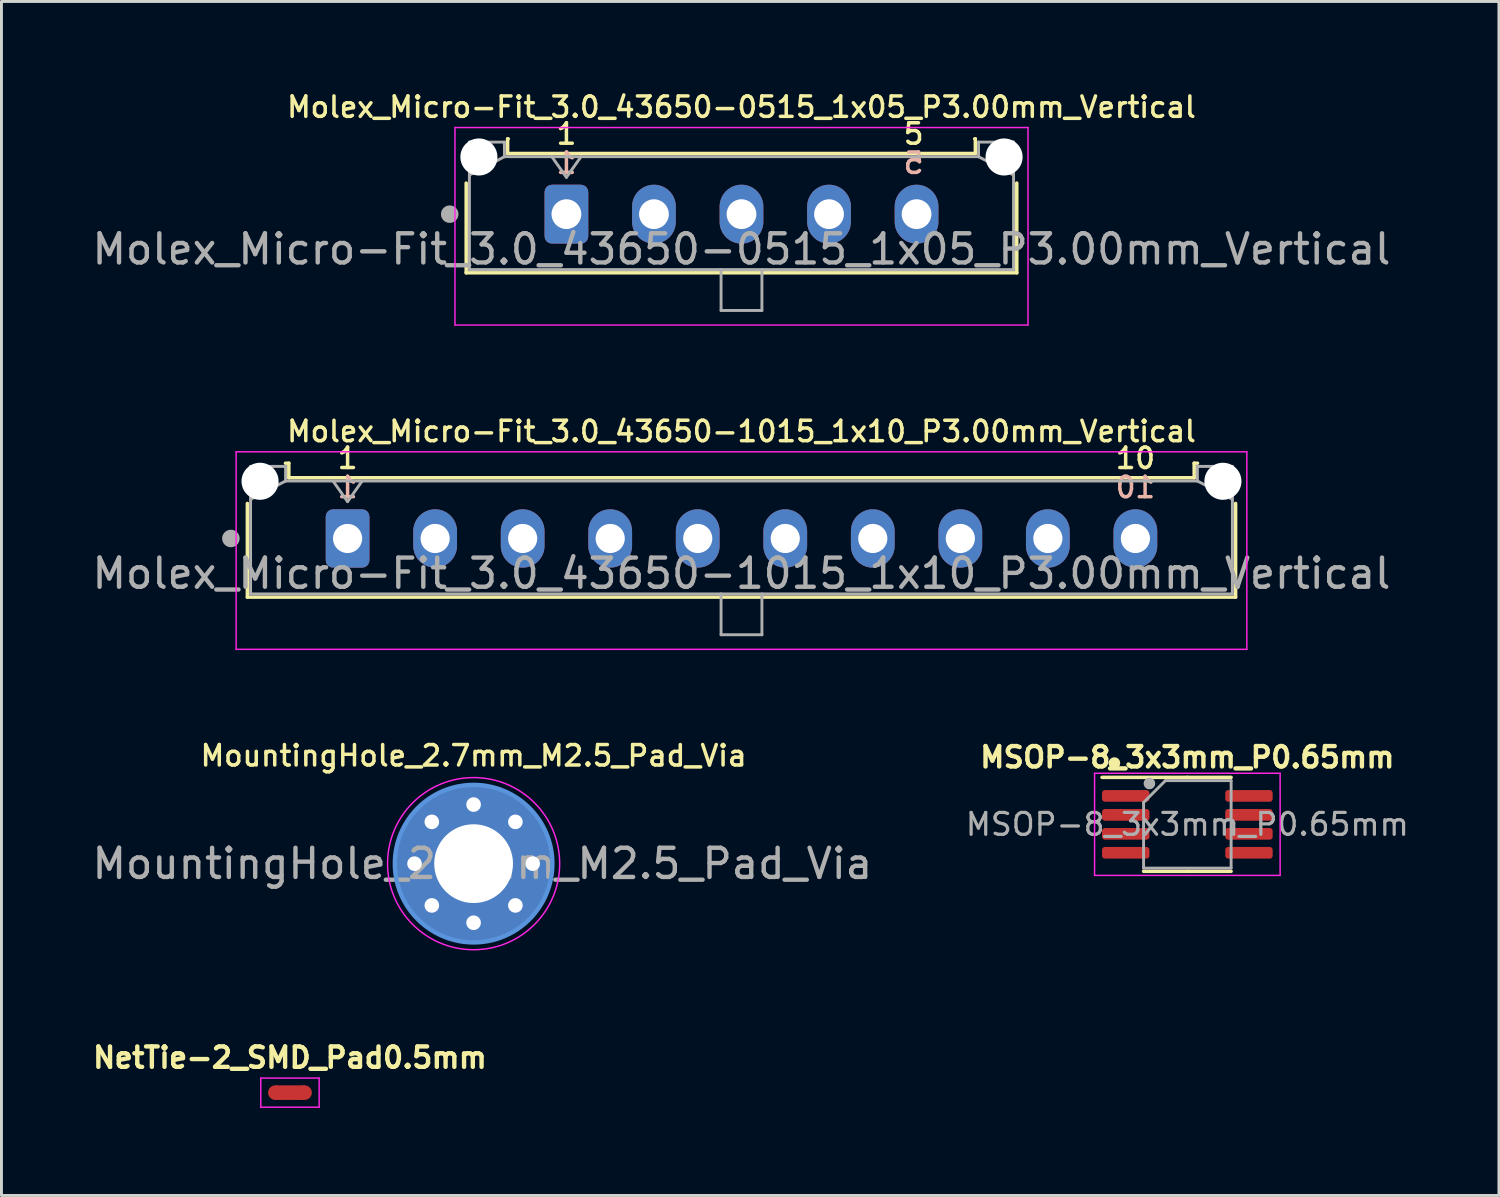
<source format=kicad_pcb>
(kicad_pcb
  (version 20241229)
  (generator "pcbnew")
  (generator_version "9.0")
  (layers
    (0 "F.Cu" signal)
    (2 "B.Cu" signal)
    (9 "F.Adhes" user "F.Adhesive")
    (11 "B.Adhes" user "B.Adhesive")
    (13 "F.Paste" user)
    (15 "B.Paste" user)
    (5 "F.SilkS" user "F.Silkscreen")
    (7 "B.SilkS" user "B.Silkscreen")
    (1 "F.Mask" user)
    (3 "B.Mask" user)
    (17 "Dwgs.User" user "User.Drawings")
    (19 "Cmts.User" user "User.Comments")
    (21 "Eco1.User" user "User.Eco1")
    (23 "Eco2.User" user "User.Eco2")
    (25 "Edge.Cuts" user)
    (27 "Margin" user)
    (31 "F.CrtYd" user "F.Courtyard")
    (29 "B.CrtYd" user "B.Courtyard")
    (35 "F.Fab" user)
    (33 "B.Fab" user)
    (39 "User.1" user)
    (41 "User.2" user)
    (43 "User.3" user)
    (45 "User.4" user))
  (footprint "MountingHole_2.7mm_M2.5_Pad_Via"
    (layer "F.Cu")
    (at 13.182 26.55)
    (property "Reference" "MountingHole_2.7mm_M2.5_Pad_Via" (at 0 -3.7 0) (layer "F.SilkS") (effects (font (size 0.7 0.7) (thickness 0.12))))
    (attr exclude_from_pos_files exclude_from_bom)
    (fp_circle (center 0 0) (end 2.7 0) (stroke (width 0.15) (type solid)) (fill no) (layer "Cmts.User"))
    (fp_circle (center 0 0) (end 2.95 0) (stroke (width 0.05) (type solid)) (fill no) (layer "F.CrtYd"))
    (fp_text user "${REFERENCE}" (at 0.3 0 0) (layer "F.Fab") (effects (font (size 1 1) (thickness 0.15))))
    (pad "1" thru_hole circle (at -2.025 0) (size 0.8 0.8) (drill 0.5) (layers "*.Cu" "*.Mask"))
    (pad "1" thru_hole circle (at -1.432 -1.432) (size 0.8 0.8) (drill 0.5) (layers "*.Cu" "*.Mask"))
    (pad "1" thru_hole circle (at -1.432 1.432) (size 0.8 0.8) (drill 0.5) (layers "*.Cu" "*.Mask"))
    (pad "1" thru_hole circle (at 0 -2.025) (size 0.8 0.8) (drill 0.5) (layers "*.Cu" "*.Mask"))
    (pad "1" thru_hole circle (at 0 0) (size 5.4 5.4) (drill 2.7) (layers "*.Cu" "*.Mask"))
    (pad "1" thru_hole circle (at 0 2.025) (size 0.8 0.8) (drill 0.5) (layers "*.Cu" "*.Mask"))
    (pad "1" thru_hole circle (at 1.432 -1.432) (size 0.8 0.8) (drill 0.5) (layers "*.Cu" "*.Mask"))
    (pad "1" thru_hole circle (at 1.432 1.432) (size 0.8 0.8) (drill 0.5) (layers "*.Cu" "*.Mask"))
    (pad "1" thru_hole circle (at 2.025 0) (size 0.8 0.8) (drill 0.5) (layers "*.Cu" "*.Mask")))
  (footprint "Molex_Micro-Fit_3.0_43650-1015_1x10_P3.00mm_Vertical"
    (layer "F.Cu")
    (at 8.863 15.405)
    (property "Reference" "Molex_Micro-Fit_3.0_43650-1015_1x10_P3.00mm_Vertical" (at 13.5 -3.67 0) (layer "F.SilkS") (effects (font (size 0.7 0.7) (thickness 0.12))))
    (attr through_hole)
    (fp_line (start -3.435 -1.2) (end -3.435 2.01) (stroke (width 0.12) (type solid)) (layer "F.SilkS"))
    (fp_line (start -3.435 2.01) (end 30.435 2.01) (stroke (width 0.12) (type solid)) (layer "F.SilkS"))
    (fp_line (start -2.13 -2.58) (end -2.015 -2.58) (stroke (width 0.12) (type solid)) (layer "F.SilkS"))
    (fp_line (start -2.015 -2.58) (end -2.015 -2.08) (stroke (width 0.12) (type solid)) (layer "F.SilkS"))
    (fp_line (start -2.015 -2.08) (end 29.015 -2.08) (stroke (width 0.12) (type solid)) (layer "F.SilkS"))
    (fp_line (start 29.015 -2.58) (end 29.13 -2.58) (stroke (width 0.12) (type solid)) (layer "F.SilkS"))
    (fp_line (start 29.015 -2.08) (end 29.015 -2.58) (stroke (width 0.12) (type solid)) (layer "F.SilkS"))
    (fp_line (start 30.435 2.01) (end 30.435 -1.2) (stroke (width 0.12) (type solid)) (layer "F.SilkS"))
    (fp_line (start -3.82 -2.97) (end 30.82 -2.97) (stroke (width 0.05) (type solid)) (layer "F.CrtYd"))
    (fp_line (start -3.82 3.8) (end -3.82 -2.97) (stroke (width 0.05) (type solid)) (layer "F.CrtYd"))
    (fp_line (start 30.82 -2.97) (end 30.82 3.8) (stroke (width 0.05) (type solid)) (layer "F.CrtYd"))
    (fp_line (start 30.82 3.8) (end -3.82 3.8) (stroke (width 0.05) (type solid)) (layer "F.CrtYd"))
    (fp_line (start -3.325 -2.47) (end -3.325 1.9) (stroke (width 0.1) (type solid)) (layer "F.Fab"))
    (fp_line (start -3.325 -1.34) (end -2.125 -1.97) (stroke (width 0.1) (type solid)) (layer "F.Fab"))
    (fp_line (start -3.325 1.9) (end 30.325 1.9) (stroke (width 0.1) (type solid)) (layer "F.Fab"))
    (fp_line (start -2.125 -2.47) (end -3.325 -2.47) (stroke (width 0.1) (type solid)) (layer "F.Fab"))
    (fp_line (start -2.125 -1.97) (end -2.125 -2.47) (stroke (width 0.1) (type solid)) (layer "F.Fab"))
    (fp_line (start -0.5 -1.97) (end 0 -1.263) (stroke (width 0.1) (type solid)) (layer "F.Fab"))
    (fp_line (start 0 -1.263) (end 0.5 -1.97) (stroke (width 0.1) (type solid)) (layer "F.Fab"))
    (fp_line (start 12.8 1.9) (end 12.8 3.3) (stroke (width 0.1) (type solid)) (layer "F.Fab"))
    (fp_line (start 12.8 3.3) (end 14.2 3.3) (stroke (width 0.1) (type solid)) (layer "F.Fab"))
    (fp_line (start 14.2 3.3) (end 14.2 1.9) (stroke (width 0.1) (type solid)) (layer "F.Fab"))
    (fp_line (start 29.125 -2.47) (end 29.125 -1.97) (stroke (width 0.1) (type solid)) (layer "F.Fab"))
    (fp_line (start 29.125 -1.97) (end -2.125 -1.97) (stroke (width 0.1) (type solid)) (layer "F.Fab"))
    (fp_line (start 30.325 -2.47) (end 29.125 -2.47) (stroke (width 0.1) (type solid)) (layer "F.Fab"))
    (fp_line (start 30.325 -1.34) (end 29.125 -1.97) (stroke (width 0.1) (type solid)) (layer "F.Fab"))
    (fp_line (start 30.325 1.9) (end 30.325 -2.47) (stroke (width 0.1) (type solid)) (layer "F.Fab"))
    (fp_circle (center -4 0) (end -3.85 0) (stroke (width 0.3) (type solid)) (fill no) (layer "F.Fab"))
    (fp_text user "10" (at 27 -2.75 0) (layer "F.SilkS") (effects (font (size 0.7 0.7) (thickness 0.12))))
    (fp_text user "1" (at 0 -2.75 0) (layer "F.SilkS") (effects (font (size 0.7 0.7) (thickness 0.12))))
    (fp_text user "1" (at 0 -1.75 0) (layer "B.SilkS") (effects (font (size 0.7 0.7) (thickness 0.12)) (justify mirror)))
    (fp_text user "10" (at 27 -1.75 0) (layer "B.SilkS") (effects (font (size 0.7 0.7) (thickness 0.12)) (justify mirror)))
    (fp_text user "${REFERENCE}" (at 13.5 1.2 0) (layer "F.Fab") (effects (font (size 1 1) (thickness 0.15))))
    (pad "" np_thru_hole circle (at -3 -1.96) (size 1.27 1.27) (drill 1.27) (layers "*.Cu" "*.Mask"))
    (pad "" np_thru_hole circle (at 30 -1.96) (size 1.27 1.27) (drill 1.27) (layers "*.Cu" "*.Mask"))
    (pad "1" thru_hole roundrect (at 0 0) (size 1.5 2) (drill 1) (layers "*.Cu" "*.Mask") (roundrect_rratio 0.167))
    (pad "2" thru_hole oval (at 3 0) (size 1.5 2) (drill 1) (layers "*.Cu" "*.Mask"))
    (pad "3" thru_hole oval (at 6 0) (size 1.5 2) (drill 1) (layers "*.Cu" "*.Mask"))
    (pad "4" thru_hole oval (at 9 0) (size 1.5 2) (drill 1) (layers "*.Cu" "*.Mask"))
    (pad "5" thru_hole oval (at 12 0) (size 1.5 2) (drill 1) (layers "*.Cu" "*.Mask"))
    (pad "6" thru_hole oval (at 15 0) (size 1.5 2) (drill 1) (layers "*.Cu" "*.Mask"))
    (pad "7" thru_hole oval (at 18 0) (size 1.5 2) (drill 1) (layers "*.Cu" "*.Mask"))
    (pad "8" thru_hole oval (at 21 0) (size 1.5 2) (drill 1) (layers "*.Cu" "*.Mask"))
    (pad "9" thru_hole oval (at 24 0) (size 1.5 2) (drill 1) (layers "*.Cu" "*.Mask"))
    (pad "10" thru_hole oval (at 27 0) (size 1.5 2) (drill 1) (layers "*.Cu" "*.Mask")))
  (footprint "NetTie-2_SMD_Pad0.5mm"
    (layer "F.Cu")
    (at 6.888 34.398)
    (property "Reference" "NetTie-2_SMD_Pad0.5mm" (at 0 -1.2 0) (layer "F.SilkS") (effects (font (size 0.7 0.7) (thickness 0.15))))
    (attr exclude_from_pos_files exclude_from_bom)
    (fp_poly (pts (xy -0.5 -0.25) (xy 0.5 -0.25) (xy 0.5 0.25) (xy -0.5 0.25)) (stroke (width 0) (type solid)) (fill yes) (layer "F.Cu"))
    (fp_line (start -1 -0.5) (end -1 0.5) (stroke (width 0.05) (type solid)) (layer "F.CrtYd"))
    (fp_line (start -1 0.5) (end 1 0.5) (stroke (width 0.05) (type solid)) (layer "F.CrtYd"))
    (fp_line (start 1 -0.5) (end -1 -0.5) (stroke (width 0.05) (type solid)) (layer "F.CrtYd"))
    (fp_line (start 1 0.5) (end 1 -0.5) (stroke (width 0.05) (type solid)) (layer "F.CrtYd"))
    (pad "1" smd circle (at -0.5 0) (size 0.5 0.5) (layers "F.Cu"))
    (pad "2" smd circle (at 0.5 0) (size 0.5 0.5) (layers "F.Cu")))
  (footprint "Molex_Micro-Fit_3.0_43650-0515_1x05_P3.00mm_Vertical"
    (layer "F.Cu")
    (at 16.363 4.29)
    (property "Reference" "Molex_Micro-Fit_3.0_43650-0515_1x05_P3.00mm_Vertical" (at 6 -3.67 0) (layer "F.SilkS") (effects (font (size 0.7 0.7) (thickness 0.12))))
    (attr through_hole)
    (fp_line (start -3.435 -1.065) (end -3.435 2.01) (stroke (width 0.12) (type solid)) (layer "F.SilkS"))
    (fp_line (start -3.435 2.01) (end 15.435 2.01) (stroke (width 0.12) (type solid)) (layer "F.SilkS"))
    (fp_line (start -2.015 -2.58) (end -2.015 -2.08) (stroke (width 0.12) (type solid)) (layer "F.SilkS"))
    (fp_line (start -2.015 -2.08) (end 14.015 -2.08) (stroke (width 0.12) (type solid)) (layer "F.SilkS"))
    (fp_line (start -1.995 -2.58) (end -2.015 -2.58) (stroke (width 0.12) (type solid)) (layer "F.SilkS"))
    (fp_line (start 14.015 -2.58) (end 13.995 -2.58) (stroke (width 0.12) (type solid)) (layer "F.SilkS"))
    (fp_line (start 14.015 -2.08) (end 14.015 -2.58) (stroke (width 0.12) (type solid)) (layer "F.SilkS"))
    (fp_line (start 15.435 2.01) (end 15.435 -1.065) (stroke (width 0.12) (type solid)) (layer "F.SilkS"))
    (fp_line (start -3.82 -2.97) (end 15.82 -2.97) (stroke (width 0.05) (type solid)) (layer "F.CrtYd"))
    (fp_line (start -3.82 3.8) (end -3.82 -2.97) (stroke (width 0.05) (type solid)) (layer "F.CrtYd"))
    (fp_line (start 15.82 -2.97) (end 15.82 3.8) (stroke (width 0.05) (type solid)) (layer "F.CrtYd"))
    (fp_line (start 15.82 3.8) (end -3.82 3.8) (stroke (width 0.05) (type solid)) (layer "F.CrtYd"))
    (fp_line (start -3.325 -2.47) (end -3.325 1.9) (stroke (width 0.1) (type solid)) (layer "F.Fab"))
    (fp_line (start -3.325 -1.34) (end -2.125 -1.97) (stroke (width 0.1) (type solid)) (layer "F.Fab"))
    (fp_line (start -3.325 1.9) (end 15.325 1.9) (stroke (width 0.1) (type solid)) (layer "F.Fab"))
    (fp_line (start -2.125 -2.47) (end -3.325 -2.47) (stroke (width 0.1) (type solid)) (layer "F.Fab"))
    (fp_line (start -2.125 -1.97) (end -2.125 -2.47) (stroke (width 0.1) (type solid)) (layer "F.Fab"))
    (fp_line (start -0.5 -1.97) (end 0 -1.263) (stroke (width 0.1) (type solid)) (layer "F.Fab"))
    (fp_line (start 0 -1.263) (end 0.5 -1.97) (stroke (width 0.1) (type solid)) (layer "F.Fab"))
    (fp_line (start 5.3 1.9) (end 5.3 3.3) (stroke (width 0.1) (type solid)) (layer "F.Fab"))
    (fp_line (start 5.3 3.3) (end 6.7 3.3) (stroke (width 0.1) (type solid)) (layer "F.Fab"))
    (fp_line (start 6.7 3.3) (end 6.7 1.9) (stroke (width 0.1) (type solid)) (layer "F.Fab"))
    (fp_line (start 14.125 -2.47) (end 14.125 -1.97) (stroke (width 0.1) (type solid)) (layer "F.Fab"))
    (fp_line (start 14.125 -1.97) (end -2.125 -1.97) (stroke (width 0.1) (type solid)) (layer "F.Fab"))
    (fp_line (start 15.325 -2.47) (end 14.125 -2.47) (stroke (width 0.1) (type solid)) (layer "F.Fab"))
    (fp_line (start 15.325 -1.34) (end 14.125 -1.97) (stroke (width 0.1) (type solid)) (layer "F.Fab"))
    (fp_line (start 15.325 1.9) (end 15.325 -2.47) (stroke (width 0.1) (type solid)) (layer "F.Fab"))
    (fp_circle (center -4 0) (end -3.85 0) (stroke (width 0.3) (type solid)) (fill no) (layer "F.Fab"))
    (fp_text user "1" (at 0 -2.75 0) (layer "F.SilkS") (effects (font (size 0.7 0.7) (thickness 0.12))))
    (fp_text user "5" (at 11.9 -2.75 0) (layer "F.SilkS") (effects (font (size 0.7 0.7) (thickness 0.12))))
    (fp_text user "5" (at 11.9 -1.75 0) (layer "B.SilkS") (effects (font (size 0.7 0.7) (thickness 0.12)) (justify mirror)))
    (fp_text user "1" (at 0 -1.75 0) (layer "B.SilkS") (effects (font (size 0.7 0.7) (thickness 0.12)) (justify mirror)))
    (fp_text user "${REFERENCE}" (at 6 1.2 0) (layer "F.Fab") (effects (font (size 1 1) (thickness 0.15))))
    (pad "" np_thru_hole circle (at -3 -1.96) (size 1.27 1.27) (drill 1.27) (layers "*.Cu" "*.Mask"))
    (pad "" np_thru_hole circle (at 15 -1.96) (size 1.27 1.27) (drill 1.27) (layers "*.Cu" "*.Mask"))
    (pad "1" thru_hole roundrect (at 0 0) (size 1.5 2.02) (drill 1.02) (layers "*.Cu" "*.Mask") (roundrect_rratio 0.167))
    (pad "2" thru_hole oval (at 3 0) (size 1.5 2.02) (drill 1.02) (layers "*.Cu" "*.Mask"))
    (pad "3" thru_hole oval (at 6 0) (size 1.5 2.02) (drill 1.02) (layers "*.Cu" "*.Mask"))
    (pad "4" thru_hole oval (at 9 0) (size 1.5 2.02) (drill 1.02) (layers "*.Cu" "*.Mask"))
    (pad "5" thru_hole oval (at 12 0) (size 1.5 2.02) (drill 1.02) (layers "*.Cu" "*.Mask")))
  (footprint "MSOP-8_3x3mm_P0.65mm"
    (layer "F.Cu")
    (at 37.644 25.203)
    (property "Reference" "MSOP-8_3x3mm_P0.65mm" (at 0 -2.3 0) (layer "F.SilkS") (effects (font (size 0.7 0.7) (thickness 0.15))))
    (attr smd)
    (fp_line (start 0 -1.61) (end -2.925 -1.61) (stroke (width 0.12) (type solid)) (layer "F.SilkS"))
    (fp_line (start 0 -1.61) (end 1.5 -1.61) (stroke (width 0.12) (type solid)) (layer "F.SilkS"))
    (fp_line (start 0 1.61) (end -1.5 1.61) (stroke (width 0.12) (type solid)) (layer "F.SilkS"))
    (fp_line (start 0 1.61) (end 1.5 1.61) (stroke (width 0.12) (type solid)) (layer "F.SilkS"))
    (fp_circle (center -2.5 -2.1) (end -2.4 -2.1) (stroke (width 0.2) (type solid)) (fill no) (layer "F.SilkS"))
    (fp_line (start -3.18 -1.75) (end -3.18 1.75) (stroke (width 0.05) (type solid)) (layer "F.CrtYd"))
    (fp_line (start -3.18 1.75) (end 3.18 1.75) (stroke (width 0.05) (type solid)) (layer "F.CrtYd"))
    (fp_line (start 3.18 -1.75) (end -3.18 -1.75) (stroke (width 0.05) (type solid)) (layer "F.CrtYd"))
    (fp_line (start 3.18 1.75) (end 3.18 -1.75) (stroke (width 0.05) (type solid)) (layer "F.CrtYd"))
    (fp_line (start -1.5 -0.75) (end -0.75 -1.5) (stroke (width 0.1) (type solid)) (layer "F.Fab"))
    (fp_line (start -1.5 1.5) (end -1.5 -0.75) (stroke (width 0.1) (type solid)) (layer "F.Fab"))
    (fp_line (start -0.75 -1.5) (end 1.5 -1.5) (stroke (width 0.1) (type solid)) (layer "F.Fab"))
    (fp_line (start 1.5 -1.5) (end 1.5 1.5) (stroke (width 0.1) (type solid)) (layer "F.Fab"))
    (fp_line (start 1.5 1.5) (end -1.5 1.5) (stroke (width 0.1) (type solid)) (layer "F.Fab"))
    (fp_circle (center -1.3 -1.4) (end -1.2 -1.4) (stroke (width 0.2) (type solid)) (fill no) (layer "F.Fab"))
    (fp_text user "${REFERENCE}" (at 0 0 0) (layer "F.Fab") (effects (font (size 0.75 0.75) (thickness 0.11))))
    (pad "1" smd roundrect (at -2.112 -0.975) (size 1.625 0.4) (layers "F.Cu" "F.Mask" "F.Paste") (roundrect_rratio 0.25))
    (pad "2" smd roundrect (at -2.112 -0.325) (size 1.625 0.4) (layers "F.Cu" "F.Mask" "F.Paste") (roundrect_rratio 0.25))
    (pad "3" smd roundrect (at -2.112 0.325) (size 1.625 0.4) (layers "F.Cu" "F.Mask" "F.Paste") (roundrect_rratio 0.25))
    (pad "4" smd roundrect (at -2.112 0.975) (size 1.625 0.4) (layers "F.Cu" "F.Mask" "F.Paste") (roundrect_rratio 0.25))
    (pad "5" smd roundrect (at 2.112 0.975) (size 1.625 0.4) (layers "F.Cu" "F.Mask" "F.Paste") (roundrect_rratio 0.25))
    (pad "6" smd roundrect (at 2.112 0.325) (size 1.625 0.4) (layers "F.Cu" "F.Mask" "F.Paste") (roundrect_rratio 0.25))
    (pad "7" smd roundrect (at 2.112 -0.325) (size 1.625 0.4) (layers "F.Cu" "F.Mask" "F.Paste") (roundrect_rratio 0.25))
    (pad "8" smd roundrect (at 2.112 -0.975) (size 1.625 0.4) (layers "F.Cu" "F.Mask" "F.Paste") (roundrect_rratio 0.25)))
  (gr_rect
    (start -3 -3)
    (end 48.323 37.923)
    (stroke (width 0.1) (type default))
    (fill no)
    (layer "Edge.Cuts")))
</source>
